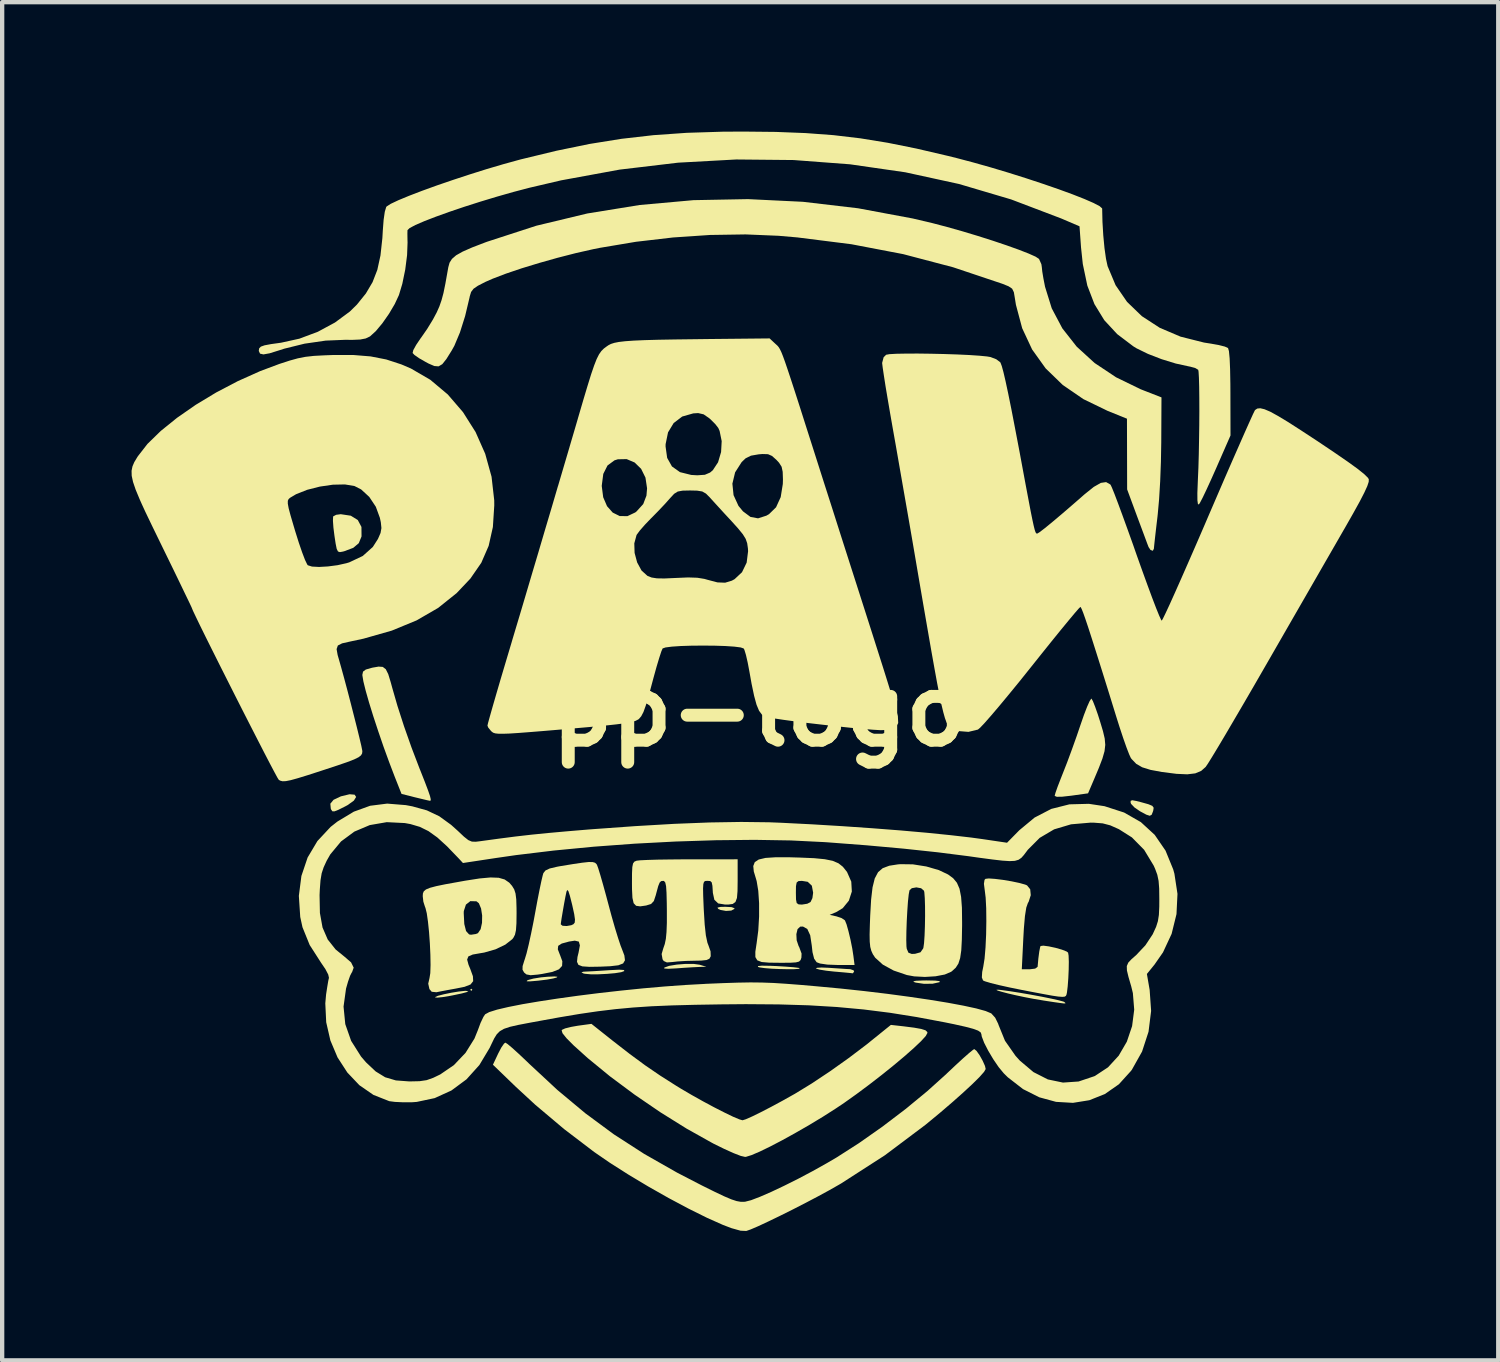
<source format=kicad_pcb>
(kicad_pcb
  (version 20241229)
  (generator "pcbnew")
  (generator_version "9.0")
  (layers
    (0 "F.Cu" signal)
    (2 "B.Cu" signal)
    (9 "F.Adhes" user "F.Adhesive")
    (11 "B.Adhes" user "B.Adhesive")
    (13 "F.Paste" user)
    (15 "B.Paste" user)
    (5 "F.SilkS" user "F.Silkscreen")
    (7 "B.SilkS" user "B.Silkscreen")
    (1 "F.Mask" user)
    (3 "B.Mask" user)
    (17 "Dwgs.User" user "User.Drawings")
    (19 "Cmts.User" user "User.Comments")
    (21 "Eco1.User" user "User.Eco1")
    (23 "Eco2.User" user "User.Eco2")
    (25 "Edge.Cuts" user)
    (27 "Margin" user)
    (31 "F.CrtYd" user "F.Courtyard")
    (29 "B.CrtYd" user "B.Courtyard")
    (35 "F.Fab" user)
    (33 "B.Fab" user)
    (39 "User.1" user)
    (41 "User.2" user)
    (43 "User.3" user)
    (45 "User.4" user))
  (footprint "pp-logo"
    (layer "F.Cu")
    (at 14.55 13.42)
    (property "Reference" "pp-logo" (at 0 0 0) (layer "F.SilkS") (effects (font (size 1.524 1.524) (thickness 0.3))))
    (attr board_only exclude_from_pos_files exclude_from_bom)
    (fp_poly (pts (xy -6.65 6.475) (xy -6.675 6.5) (xy -6.7 6.475) (xy -6.675 6.45)) (stroke (width 0) (type solid)) (fill yes) (layer "F.SilkS"))
    (fp_poly (pts (xy -0.64 4.559) (xy -0.575 4.584) (xy -0.575 4.6) (xy -0.648 4.639) (xy -0.771 4.647) (xy -0.897 4.624) (xy -0.95 4.6) (xy -0.968 4.57) (xy -0.901 4.554) (xy -0.785 4.551)) (stroke (width 0) (type solid)) (fill yes) (layer "F.SilkS"))
    (fp_poly (pts (xy 4.077 6.262) (xy 4.18 6.274) (xy 4.184 6.296) (xy 4.175 6.3) (xy 4.02 6.334) (xy 3.821 6.337) (xy 3.631 6.309) (xy 3.6 6.3) (xy 3.57 6.279) (xy 3.635 6.266) (xy 3.798 6.259) (xy 3.875 6.258)) (stroke (width 0) (type solid)) (fill yes) (layer "F.SilkS"))
    (fp_poly (pts (xy -4.679 6.173) (xy -4.693 6.19) (xy -4.777 6.213) (xy -4.922 6.239) (xy -5.118 6.263) (xy -5.15 6.266) (xy -5.315 6.28) (xy -5.39 6.278) (xy -5.382 6.261) (xy -5.35 6.246) (xy -5.234 6.215) (xy -5.06 6.187) (xy -4.9 6.172) (xy -4.745 6.166)) (stroke (width 0) (type solid)) (fill yes) (layer "F.SilkS"))
    (fp_poly (pts (xy -1.381 5.894) (xy -1.375 5.896) (xy -1.225 5.941) (xy -1.4 5.946) (xy -1.542 5.953) (xy -1.738 5.965) (xy -1.925 5.979) (xy -2.109 5.988) (xy -2.202 5.982) (xy -2.2 5.96) (xy -2.087 5.92) (xy -1.911 5.891) (xy -1.71 5.875) (xy -1.521 5.875)) (stroke (width 0) (type solid)) (fill yes) (layer "F.SilkS"))
    (fp_poly (pts (xy -9.379 1.952) (xy -9.344 2.005) (xy -9.397 2.09) (xy -9.542 2.194) (xy -9.598 2.224) (xy -9.756 2.303) (xy -9.848 2.339) (xy -9.896 2.337) (xy -9.922 2.299) (xy -9.932 2.275) (xy -9.942 2.161) (xy -9.868 2.071) (xy -9.703 1.993) (xy -9.691 1.989) (xy -9.496 1.942)) (stroke (width 0) (type solid)) (fill yes) (layer "F.SilkS"))
    (fp_poly (pts (xy -6.744 6.507) (xy -6.778 6.528) (xy -6.9 6.561) (xy -7.105 6.604) (xy -7.167 6.616) (xy -7.342 6.645) (xy -7.465 6.657) (xy -7.516 6.65) (xy -7.514 6.644) (xy -7.446 6.614) (xy -7.311 6.579) (xy -7.142 6.544) (xy -6.971 6.516) (xy -6.831 6.501) (xy -6.804 6.5)) (stroke (width 0) (type solid)) (fill yes) (layer "F.SilkS"))
    (fp_poly (pts (xy 0.25 5.919) (xy 0.396 5.925) (xy 0.614 5.938) (xy 0.792 5.952) (xy 0.908 5.966) (xy 0.942 5.975) (xy 0.914 5.99) (xy 0.811 5.997) (xy 0.657 5.998) (xy 0.475 5.994) (xy 0.291 5.986) (xy 0.129 5.973) (xy 0.012 5.957) (xy -0.025 5.946) (xy -0.031 5.925) (xy 0.061 5.916)) (stroke (width 0) (type solid)) (fill yes) (layer "F.SilkS"))
    (fp_poly (pts (xy -3.139 6.016) (xy -3.125 6.04) (xy -3.199 6.067) (xy -3.344 6.09) (xy -3.53 6.106) (xy -3.728 6.116) (xy -3.908 6.116) (xy -4.041 6.104) (xy -4.079 6.095) (xy -4.121 6.069) (xy -4.076 6.056) (xy -4 6.052) (xy -3.861 6.045) (xy -3.665 6.033) (xy -3.454 6.019) (xy -3.45 6.019) (xy -3.248 6.009)) (stroke (width 0) (type solid)) (fill yes) (layer "F.SilkS"))
    (fp_poly (pts (xy 8.746 2.099) (xy 8.852 2.126) (xy 9.021 2.173) (xy 9.112 2.211) (xy 9.144 2.255) (xy 9.134 2.32) (xy 9.126 2.346) (xy 9.097 2.418) (xy 9.053 2.441) (xy 8.973 2.415) (xy 8.83 2.338) (xy 8.825 2.335) (xy 8.701 2.25) (xy 8.622 2.167) (xy 8.61 2.14) (xy 8.61 2.095) (xy 8.648 2.081)) (stroke (width 0) (type solid)) (fill yes) (layer "F.SilkS"))
    (fp_poly (pts (xy -9.468 -4.515) (xy -9.306 -4.415) (xy -9.221 -4.255) (xy -9.219 -4.041) (xy -9.221 -4.029) (xy -9.283 -3.878) (xy -9.411 -3.77) (xy -9.621 -3.691) (xy -9.657 -3.682) (xy -9.722 -3.671) (xy -9.765 -3.686) (xy -9.795 -3.747) (xy -9.82 -3.872) (xy -9.847 -4.051) (xy -9.871 -4.243) (xy -9.882 -4.399) (xy -9.878 -4.49) (xy -9.875 -4.5) (xy -9.807 -4.536) (xy -9.7 -4.55)) (stroke (width 0) (type solid)) (fill yes) (layer "F.SilkS"))
    (fp_poly (pts (xy 1.607 5.965) (xy 1.65 5.968) (xy 1.845 5.981) (xy 2.008 5.992) (xy 2.107 5.997) (xy 2.112 5.998) (xy 2.187 6.023) (xy 2.2 6.05) (xy 2.172 6.093) (xy 2.163 6.092) (xy 2.098 6.085) (xy 1.961 6.072) (xy 1.778 6.056) (xy 1.739 6.053) (xy 1.551 6.032) (xy 1.402 6.008) (xy 1.32 5.984) (xy 1.314 5.98) (xy 1.34 5.965) (xy 1.445 5.959)) (stroke (width 0) (type solid)) (fill yes) (layer "F.SilkS"))
    (fp_poly (pts (xy 5.6 6.479) (xy 5.806 6.507) (xy 6.047 6.545) (xy 6.301 6.589) (xy 6.55 6.635) (xy 6.771 6.68) (xy 6.945 6.719) (xy 7.051 6.748) (xy 7.072 6.758) (xy 7.095 6.778) (xy 7.098 6.79) (xy 7.065 6.792) (xy 6.982 6.782) (xy 6.833 6.761) (xy 6.604 6.726) (xy 6.55 6.717) (xy 6.355 6.684) (xy 6.151 6.645) (xy 5.953 6.603) (xy 5.775 6.562) (xy 5.63 6.524) (xy 5.532 6.495) (xy 5.496 6.477) (xy 5.536 6.473)) (stroke (width 0) (type solid)) (fill yes) (layer "F.SilkS"))
    (fp_poly (pts (xy 7.735 -0.217) (xy 7.787 -0.086) (xy 7.852 0.099) (xy 7.904 0.263) (xy 7.969 0.48) (xy 8.009 0.65) (xy 8.022 0.797) (xy 8.005 0.944) (xy 7.956 1.115) (xy 7.873 1.332) (xy 7.761 1.598) (xy 7.623 1.921) (xy 7.237 1.975) (xy 7.024 1.999) (xy 6.899 2.001) (xy 6.851 1.981) (xy 6.85 1.975) (xy 6.868 1.908) (xy 6.916 1.771) (xy 6.987 1.587) (xy 7.042 1.448) (xy 7.137 1.206) (xy 7.247 0.909) (xy 7.359 0.595) (xy 7.447 0.337) (xy 7.527 0.106) (xy 7.6 -0.084) (xy 7.659 -0.216) (xy 7.697 -0.273) (xy 7.703 -0.273)) (stroke (width 0) (type solid)) (fill yes) (layer "F.SilkS"))
    (fp_poly (pts (xy -8.727 -1.01) (xy -8.657 -0.957) (xy -8.6 -0.843) (xy -8.542 -0.653) (xy -8.507 -0.525) (xy -8.387 -0.108) (xy -8.234 0.366) (xy -8.058 0.865) (xy -7.87 1.357) (xy -7.862 1.375) (xy -7.752 1.654) (xy -7.677 1.852) (xy -7.632 1.983) (xy -7.614 2.059) (xy -7.619 2.091) (xy -7.634 2.094) (xy -7.701 2.08) (xy -7.834 2.048) (xy -7.984 2.012) (xy -8.292 1.934) (xy -8.451 1.533) (xy -8.58 1.194) (xy -8.71 0.837) (xy -8.833 0.478) (xy -8.947 0.132) (xy -9.045 -0.185) (xy -9.123 -0.459) (xy -9.176 -0.673) (xy -9.199 -0.812) (xy -9.2 -0.827) (xy -9.184 -0.901) (xy -9.12 -0.949) (xy -8.984 -0.988) (xy -8.963 -0.993) (xy -8.824 -1.017)) (stroke (width 0) (type solid)) (fill yes) (layer "F.SilkS"))
    (fp_poly (pts (xy 5.465 3.904) (xy 5.65 3.927) (xy 5.847 3.96) (xy 6.028 3.998) (xy 6.165 4.036) (xy 6.209 4.055) (xy 6.282 4.145) (xy 6.295 4.282) (xy 6.246 4.434) (xy 6.228 4.464) (xy 6.191 4.57) (xy 6.16 4.766) (xy 6.135 5.055) (xy 6.122 5.287) (xy 6.087 6) (xy 6.269 6) (xy 6.398 5.984) (xy 6.454 5.942) (xy 6.454 5.938) (xy 6.471 5.749) (xy 6.492 5.588) (xy 6.513 5.483) (xy 6.523 5.46) (xy 6.588 5.452) (xy 6.714 5.469) (xy 6.868 5.502) (xy 7.016 5.544) (xy 7.125 5.587) (xy 7.16 5.613) (xy 7.172 5.684) (xy 7.177 5.826) (xy 7.174 6.011) (xy 7.165 6.21) (xy 7.151 6.395) (xy 7.134 6.537) (xy 7.123 6.588) (xy 7.109 6.616) (xy 7.082 6.634) (xy 7.027 6.639) (xy 6.932 6.632) (xy 6.785 6.61) (xy 6.572 6.571) (xy 6.281 6.516) (xy 6.085 6.478) (xy 5.804 6.421) (xy 5.557 6.366) (xy 5.36 6.317) (xy 5.231 6.278) (xy 5.189 6.259) (xy 5.161 6.19) (xy 5.169 6.061) (xy 5.194 5.939) (xy 5.224 5.752) (xy 5.246 5.494) (xy 5.26 5.195) (xy 5.265 4.883) (xy 5.262 4.587) (xy 5.249 4.337) (xy 5.23 4.183) (xy 5.209 4.018) (xy 5.223 3.927) (xy 5.245 3.903) (xy 5.321 3.894)) (stroke (width 0) (type solid)) (fill yes) (layer "F.SilkS"))
    (fp_poly (pts (xy -3.407 7.648) (xy -3.004 7.961) (xy -2.643 8.227) (xy -2.294 8.465) (xy -1.926 8.699) (xy -1.807 8.772) (xy -1.561 8.916) (xy -1.302 9.061) (xy -1.045 9.199) (xy -0.807 9.32) (xy -0.607 9.417) (xy -0.46 9.479) (xy -0.387 9.5) (xy -0.31 9.476) (xy -0.163 9.411) (xy 0.039 9.312) (xy 0.28 9.187) (xy 0.543 9.045) (xy 0.814 8.893) (xy 0.825 8.887) (xy 1.211 8.651) (xy 1.637 8.368) (xy 2.072 8.059) (xy 2.484 7.747) (xy 2.588 7.663) (xy 3.052 7.289) (xy 3.338 7.321) (xy 3.59 7.353) (xy 3.757 7.383) (xy 3.854 7.414) (xy 3.895 7.452) (xy 3.9 7.474) (xy 3.861 7.546) (xy 3.752 7.666) (xy 3.584 7.825) (xy 3.369 8.015) (xy 3.117 8.226) (xy 2.84 8.449) (xy 2.548 8.675) (xy 2.254 8.894) (xy 1.969 9.097) (xy 1.775 9.227) (xy 1.479 9.416) (xy 1.165 9.606) (xy 0.847 9.789) (xy 0.54 9.959) (xy 0.257 10.107) (xy 0.012 10.226) (xy -0.18 10.308) (xy -0.306 10.347) (xy -0.328 10.349) (xy -0.428 10.326) (xy -0.596 10.261) (xy -0.811 10.164) (xy -1.055 10.044) (xy -1.096 10.022) (xy -1.684 9.693) (xy -2.29 9.315) (xy -2.89 8.905) (xy -3.46 8.481) (xy -3.975 8.059) (xy -4.3 7.766) (xy -4.468 7.597) (xy -4.56 7.482) (xy -4.58 7.415) (xy -4.573 7.404) (xy -4.499 7.37) (xy -4.358 7.335) (xy -4.205 7.308) (xy -3.889 7.265)) (stroke (width 0) (type solid)) (fill yes) (layer "F.SilkS"))
    (fp_poly (pts (xy 3.562 3.567) (xy 3.872 3.616) (xy 4.163 3.7) (xy 4.378 3.802) (xy 4.496 3.889) (xy 4.583 3.994) (xy 4.643 4.132) (xy 4.68 4.32) (xy 4.699 4.572) (xy 4.703 4.905) (xy 4.703 4.988) (xy 4.697 5.316) (xy 4.684 5.561) (xy 4.658 5.74) (xy 4.617 5.868) (xy 4.556 5.963) (xy 4.471 6.041) (xy 4.45 6.057) (xy 4.302 6.121) (xy 4.088 6.162) (xy 3.841 6.177) (xy 3.592 6.164) (xy 3.423 6.133) (xy 3.117 6.029) (xy 2.866 5.892) (xy 2.688 5.731) (xy 2.634 5.65) (xy 2.598 5.57) (xy 2.574 5.48) (xy 2.562 5.362) (xy 2.561 5.321) (xy 3.409 5.321) (xy 3.413 5.469) (xy 3.42 5.524) (xy 3.459 5.615) (xy 3.535 5.644) (xy 3.612 5.641) (xy 3.738 5.606) (xy 3.8 5.518) (xy 3.806 5.5) (xy 3.821 5.394) (xy 3.833 5.22) (xy 3.841 5.003) (xy 3.845 4.768) (xy 3.844 4.542) (xy 3.838 4.35) (xy 3.828 4.218) (xy 3.82 4.179) (xy 3.753 4.121) (xy 3.643 4.101) (xy 3.537 4.12) (xy 3.484 4.169) (xy 3.466 4.262) (xy 3.448 4.429) (xy 3.433 4.645) (xy 3.42 4.883) (xy 3.412 5.116) (xy 3.409 5.321) (xy 2.561 5.321) (xy 2.559 5.195) (xy 2.565 4.962) (xy 2.573 4.753) (xy 2.594 4.383) (xy 2.627 4.101) (xy 2.678 3.894) (xy 2.755 3.749) (xy 2.864 3.655) (xy 3.015 3.599) (xy 3.213 3.568) (xy 3.273 3.563)) (stroke (width 0) (type solid)) (fill yes) (layer "F.SilkS"))
    (fp_poly (pts (xy -6.04 3.878) (xy -5.901 3.918) (xy -5.794 3.992) (xy -5.73 4.066) (xy -5.68 4.147) (xy -5.649 4.244) (xy -5.632 4.38) (xy -5.626 4.581) (xy -5.625 4.698) (xy -5.628 4.934) (xy -5.639 5.093) (xy -5.662 5.198) (xy -5.7 5.271) (xy -5.725 5.302) (xy -5.886 5.428) (xy -6.113 5.537) (xy -6.375 5.612) (xy -6.454 5.625) (xy -6.642 5.658) (xy -6.743 5.702) (xy -6.771 5.775) (xy -6.738 5.897) (xy -6.698 5.993) (xy -6.637 6.161) (xy -6.631 6.275) (xy -6.692 6.352) (xy -6.831 6.406) (xy -7.04 6.448) (xy -7.228 6.482) (xy -7.39 6.513) (xy -7.483 6.532) (xy -7.592 6.521) (xy -7.645 6.459) (xy -7.673 6.333) (xy -7.643 6.201) (xy -7.625 6.088) (xy -7.619 5.901) (xy -7.623 5.664) (xy -7.635 5.401) (xy -7.654 5.137) (xy -7.679 4.895) (xy -7.707 4.699) (xy -7.708 4.696) (xy -6.85 4.696) (xy -6.837 4.95) (xy -6.796 5.113) (xy -6.726 5.191) (xy -6.681 5.199) (xy -6.569 5.182) (xy -6.52 5.162) (xy -6.458 5.07) (xy -6.426 4.923) (xy -6.423 4.753) (xy -6.448 4.591) (xy -6.499 4.469) (xy -6.554 4.424) (xy -6.697 4.42) (xy -6.799 4.5) (xy -6.848 4.65) (xy -6.85 4.696) (xy -7.708 4.696) (xy -7.738 4.574) (xy -7.746 4.558) (xy -7.786 4.432) (xy -7.8 4.306) (xy -7.796 4.241) (xy -7.775 4.191) (xy -7.725 4.149) (xy -7.633 4.111) (xy -7.486 4.072) (xy -7.272 4.028) (xy -6.977 3.975) (xy -6.816 3.946) (xy -6.482 3.894) (xy -6.229 3.871)) (stroke (width 0) (type solid)) (fill yes) (layer "F.SilkS"))
    (fp_poly (pts (xy -5.833 7.733) (xy -5.724 7.824) (xy -5.574 7.96) (xy -5.395 8.129) (xy -5.33 8.192) (xy -4.679 8.797) (xy -4.033 9.336) (xy -3.371 9.825) (xy -2.669 10.278) (xy -1.905 10.713) (xy -1.327 11.012) (xy -1.032 11.158) (xy -0.811 11.263) (xy -0.646 11.333) (xy -0.524 11.373) (xy -0.428 11.39) (xy -0.343 11.389) (xy -0.327 11.388) (xy -0.19 11.353) (xy 0.017 11.274) (xy 0.279 11.16) (xy 0.581 11.017) (xy 0.907 10.854) (xy 1.241 10.677) (xy 1.568 10.494) (xy 1.79 10.364) (xy 2.31 10.031) (xy 2.854 9.649) (xy 3.393 9.239) (xy 3.898 8.823) (xy 4.341 8.424) (xy 4.349 8.415) (xy 4.55 8.226) (xy 4.727 8.063) (xy 4.868 7.939) (xy 4.959 7.865) (xy 4.986 7.85) (xy 5.037 7.891) (xy 5.108 7.991) (xy 5.179 8.118) (xy 5.233 8.239) (xy 5.25 8.312) (xy 5.212 8.378) (xy 5.106 8.498) (xy 4.94 8.662) (xy 4.724 8.862) (xy 4.468 9.089) (xy 4.181 9.335) (xy 3.872 9.59) (xy 3.85 9.608) (xy 2.912 10.312) (xy 1.905 10.961) (xy 1.85 10.993) (xy 1.631 11.118) (xy 1.368 11.261) (xy 1.079 11.413) (xy 0.779 11.567) (xy 0.484 11.714) (xy 0.213 11.845) (xy -0.02 11.954) (xy -0.197 12.03) (xy -0.3 12.066) (xy -0.432 12.06) (xy -0.643 12.001) (xy -0.84 11.926) (xy -1.21 11.761) (xy -1.637 11.549) (xy -2.099 11.303) (xy -2.572 11.035) (xy -3.034 10.758) (xy -3.461 10.486) (xy -3.825 10.236) (xy -4.523 9.704) (xy -5.191 9.141) (xy -5.648 8.719) (xy -6.173 8.212) (xy -6.053 7.956) (xy -5.98 7.816) (xy -5.916 7.723) (xy -5.884 7.7)) (stroke (width 0) (type solid)) (fill yes) (layer "F.SilkS"))
    (fp_poly (pts (xy -0.5 3.945) (xy -0.503 4.187) (xy -0.516 4.346) (xy -0.551 4.439) (xy -0.614 4.485) (xy -0.716 4.499) (xy -0.792 4.499) (xy -0.951 4.473) (xy -1.04 4.388) (xy -1.075 4.226) (xy -1.075 4.218) (xy -1.085 4.063) (xy -1.102 3.984) (xy -1.136 3.954) (xy -1.202 3.95) (xy -1.208 3.95) (xy -1.251 3.953) (xy -1.28 3.973) (xy -1.296 4.026) (xy -1.302 4.127) (xy -1.299 4.292) (xy -1.289 4.537) (xy -1.285 4.623) (xy -1.264 4.964) (xy -1.237 5.214) (xy -1.201 5.383) (xy -1.175 5.451) (xy -1.128 5.584) (xy -1.124 5.697) (xy -1.126 5.702) (xy -1.156 5.756) (xy -1.221 5.785) (xy -1.343 5.798) (xy -1.491 5.801) (xy -1.697 5.806) (xy -1.892 5.818) (xy -2.008 5.831) (xy -2.14 5.841) (xy -2.213 5.808) (xy -2.241 5.768) (xy -2.262 5.646) (xy -2.225 5.518) (xy -2.189 5.414) (xy -2.164 5.293) (xy -2.149 5.136) (xy -2.141 4.925) (xy -2.141 4.641) (xy -2.143 4.463) (xy -2.149 4.226) (xy -2.159 4.074) (xy -2.178 3.988) (xy -2.208 3.953) (xy -2.227 3.95) (xy -2.274 3.956) (xy -2.308 3.989) (xy -2.341 4.07) (xy -2.382 4.221) (xy -2.398 4.282) (xy -2.443 4.418) (xy -2.507 4.486) (xy -2.618 4.52) (xy -2.619 4.521) (xy -2.76 4.541) (xy -2.854 4.528) (xy -2.911 4.468) (xy -2.939 4.345) (xy -2.949 4.145) (xy -2.95 4) (xy -2.949 3.776) (xy -2.942 3.631) (xy -2.925 3.547) (xy -2.895 3.505) (xy -2.846 3.484) (xy -2.837 3.482) (xy -2.756 3.473) (xy -2.591 3.465) (xy -2.357 3.458) (xy -2.073 3.454) (xy -1.753 3.451) (xy -1.613 3.451) (xy -0.5 3.45)) (stroke (width 0) (type solid)) (fill yes) (layer "F.SilkS"))
    (fp_poly (pts (xy 0.695 3.403) (xy 0.94 3.41) (xy 1.271 3.424) (xy 1.519 3.448) (xy 1.702 3.485) (xy 1.836 3.542) (xy 1.939 3.623) (xy 2.028 3.734) (xy 2.036 3.745) (xy 2.134 3.968) (xy 2.147 4.197) (xy 2.078 4.409) (xy 1.936 4.583) (xy 1.783 4.675) (xy 1.633 4.738) (xy 1.791 4.773) (xy 1.912 4.814) (xy 1.986 4.865) (xy 1.987 4.866) (xy 2.024 4.957) (xy 2.069 5.117) (xy 2.116 5.314) (xy 2.157 5.519) (xy 2.183 5.688) (xy 2.21 5.9) (xy 1.815 5.9) (xy 1.58 5.891) (xy 1.409 5.866) (xy 1.331 5.836) (xy 1.273 5.754) (xy 1.235 5.603) (xy 1.218 5.448) (xy 1.182 5.211) (xy 1.115 5.066) (xy 1.015 5.009) (xy 0.951 5.011) (xy 0.889 5.068) (xy 0.861 5.185) (xy 0.868 5.327) (xy 0.913 5.461) (xy 0.926 5.483) (xy 0.982 5.635) (xy 0.978 5.73) (xy 0.959 5.786) (xy 0.923 5.821) (xy 0.849 5.84) (xy 0.717 5.848) (xy 0.507 5.849) (xy 0.487 5.849) (xy 0.228 5.846) (xy 0.056 5.831) (xy -0.045 5.792) (xy -0.089 5.717) (xy -0.09 5.595) (xy -0.063 5.413) (xy -0.061 5.402) (xy -0.022 5.102) (xy -0.003 4.78) (xy -0.003 4.464) (xy -0.019 4.225) (xy 0.85 4.225) (xy 0.853 4.382) (xy 0.869 4.464) (xy 0.913 4.495) (xy 0.99 4.5) (xy 1.115 4.48) (xy 1.19 4.44) (xy 1.233 4.35) (xy 1.25 4.225) (xy 1.22 4.062) (xy 1.125 3.972) (xy 0.99 3.95) (xy 0.91 3.955) (xy 0.868 3.988) (xy 0.852 4.073) (xy 0.85 4.225) (xy -0.019 4.225) (xy -0.022 4.18) (xy -0.059 3.956) (xy -0.077 3.894) (xy -0.126 3.731) (xy -0.138 3.606) (xy -0.103 3.516) (xy -0.011 3.455) (xy 0.146 3.418) (xy 0.379 3.403)) (stroke (width 0) (type solid)) (fill yes) (layer "F.SilkS"))
    (fp_poly (pts (xy -3.862 3.514) (xy -3.806 3.53) (xy -3.772 3.561) (xy -3.76 3.582) (xy -3.731 3.661) (xy -3.683 3.817) (xy -3.621 4.033) (xy -3.55 4.291) (xy -3.501 4.475) (xy -3.423 4.765) (xy -3.344 5.041) (xy -3.271 5.278) (xy -3.212 5.455) (xy -3.187 5.518) (xy -3.126 5.679) (xy -3.112 5.791) (xy -3.155 5.864) (xy -3.266 5.907) (xy -3.457 5.929) (xy -3.689 5.939) (xy -3.937 5.943) (xy -4.1 5.932) (xy -4.191 5.897) (xy -4.224 5.827) (xy -4.213 5.715) (xy -4.187 5.608) (xy -4.157 5.445) (xy -4.182 5.358) (xy -4.275 5.336) (xy -4.409 5.357) (xy -4.578 5.403) (xy -4.66 5.456) (xy -4.669 5.537) (xy -4.619 5.666) (xy -4.617 5.67) (xy -4.564 5.814) (xy -4.57 5.922) (xy -4.644 6.001) (xy -4.796 6.061) (xy -5.035 6.108) (xy -5.138 6.123) (xy -5.3 6.137) (xy -5.396 6.119) (xy -5.45 6.075) (xy -5.487 6.01) (xy -5.485 5.926) (xy -5.443 5.79) (xy -5.432 5.759) (xy -5.393 5.629) (xy -5.343 5.424) (xy -5.287 5.166) (xy -5.245 4.959) (xy -4.6 4.959) (xy -4.559 4.991) (xy -4.464 4.997) (xy -4.357 4.978) (xy -4.307 4.955) (xy -4.277 4.918) (xy -4.271 4.846) (xy -4.289 4.72) (xy -4.333 4.519) (xy -4.339 4.494) (xy -4.389 4.296) (xy -4.424 4.188) (xy -4.45 4.161) (xy -4.468 4.2) (xy -4.493 4.318) (xy -4.524 4.483) (xy -4.555 4.662) (xy -4.582 4.822) (xy -4.598 4.933) (xy -4.6 4.959) (xy -5.245 4.959) (xy -5.229 4.878) (xy -5.196 4.7) (xy -5.144 4.418) (xy -5.094 4.164) (xy -5.051 3.958) (xy -5.018 3.819) (xy -5.004 3.771) (xy -4.955 3.709) (xy -4.857 3.663) (xy -4.688 3.623) (xy -4.618 3.61) (xy -4.319 3.561) (xy -4.103 3.529) (xy -3.956 3.513)) (stroke (width 0) (type solid)) (fill yes) (layer "F.SilkS"))
    (fp_poly (pts (xy 1.013 -11.792) (xy 2.29 -11.642) (xy 3.56 -11.405) (xy 4.018 -11.297) (xy 4.356 -11.208) (xy 4.711 -11.108) (xy 5.069 -11) (xy 5.415 -10.89) (xy 5.736 -10.782) (xy 6.018 -10.681) (xy 6.246 -10.592) (xy 6.407 -10.52) (xy 6.486 -10.468) (xy 6.487 -10.466) (xy 6.541 -10.345) (xy 6.551 -10.278) (xy 6.561 -10.179) (xy 6.588 -10.016) (xy 6.625 -9.827) (xy 6.625 -9.825) (xy 6.781 -9.323) (xy 7.027 -8.858) (xy 7.36 -8.434) (xy 7.775 -8.055) (xy 8.27 -7.725) (xy 8.839 -7.448) (xy 8.92 -7.416) (xy 9.325 -7.258) (xy 9.32 -6.216) (xy 9.312 -5.763) (xy 9.295 -5.313) (xy 9.27 -4.897) (xy 9.238 -4.545) (xy 9.232 -4.49) (xy 9.202 -4.236) (xy 9.177 -4.017) (xy 9.159 -3.853) (xy 9.15 -3.762) (xy 9.15 -3.752) (xy 9.125 -3.702) (xy 9.071 -3.721) (xy 9.026 -3.788) (xy 8.996 -3.866) (xy 8.94 -4.017) (xy 8.864 -4.221) (xy 8.776 -4.457) (xy 8.76 -4.5) (xy 8.529 -5.125) (xy 8.527 -5.944) (xy 8.525 -6.764) (xy 8.075 -6.946) (xy 7.516 -7.217) (xy 7.037 -7.545) (xy 6.64 -7.93) (xy 6.326 -8.369) (xy 6.096 -8.861) (xy 5.951 -9.404) (xy 5.926 -9.56) (xy 5.903 -9.696) (xy 5.863 -9.778) (xy 5.779 -9.834) (xy 5.635 -9.892) (xy 4.496 -10.274) (xy 3.336 -10.579) (xy 2.138 -10.808) (xy 0.887 -10.966) (xy 0.45 -11.004) (xy -0.316 -11.036) (xy -1.141 -11.023) (xy -1.998 -10.965) (xy -2.857 -10.865) (xy -3.691 -10.725) (xy -3.846 -10.694) (xy -4.249 -10.603) (xy -4.674 -10.494) (xy -5.1 -10.374) (xy -5.507 -10.25) (xy -5.873 -10.126) (xy -6.177 -10.01) (xy -6.35 -9.934) (xy -6.521 -9.846) (xy -6.623 -9.776) (xy -6.679 -9.702) (xy -6.71 -9.601) (xy -6.715 -9.575) (xy -6.818 -9.142) (xy -6.938 -8.762) (xy -7.068 -8.453) (xy -7.129 -8.344) (xy -7.252 -8.147) (xy -7.347 -8.028) (xy -7.433 -7.977) (xy -7.533 -7.985) (xy -7.666 -8.043) (xy -7.733 -8.079) (xy -7.883 -8.165) (xy -7.993 -8.242) (xy -8.035 -8.287) (xy -8.019 -8.354) (xy -7.953 -8.474) (xy -7.852 -8.624) (xy -7.833 -8.649) (xy -7.696 -8.847) (xy -7.564 -9.063) (xy -7.475 -9.23) (xy -7.414 -9.368) (xy -7.365 -9.509) (xy -7.32 -9.676) (xy -7.276 -9.891) (xy -7.225 -10.177) (xy -7.208 -10.273) (xy -7.179 -10.379) (xy -7.123 -10.468) (xy -7.026 -10.552) (xy -6.875 -10.637) (xy -6.657 -10.733) (xy -6.358 -10.848) (xy -6.306 -10.867) (xy -5.168 -11.237) (xy -3.986 -11.521) (xy -2.769 -11.718) (xy -1.524 -11.83) (xy -0.261 -11.854)) (stroke (width 0) (type solid)) (fill yes) (layer "F.SilkS"))
    (fp_poly (pts (xy -9.009 -8.208) (xy -8.646 -8.137) (xy -8.297 -8.023) (xy -8.075 -7.928) (xy -7.625 -7.666) (xy -7.219 -7.325) (xy -6.867 -6.916) (xy -6.575 -6.454) (xy -6.352 -5.95) (xy -6.205 -5.419) (xy -6.143 -4.872) (xy -6.142 -4.754) (xy -6.174 -4.253) (xy -6.272 -3.816) (xy -6.443 -3.423) (xy -6.696 -3.057) (xy -7.012 -2.723) (xy -7.442 -2.378) (xy -7.943 -2.088) (xy -8.518 -1.851) (xy -9.175 -1.664) (xy -9.488 -1.597) (xy -9.67 -1.556) (xy -9.768 -1.506) (xy -9.797 -1.423) (xy -9.773 -1.286) (xy -9.748 -1.2) (xy -9.691 -0.999) (xy -9.622 -0.748) (xy -9.547 -0.467) (xy -9.47 -0.171) (xy -9.395 0.123) (xy -9.326 0.396) (xy -9.268 0.633) (xy -9.225 0.815) (xy -9.203 0.925) (xy -9.2 0.947) (xy -9.206 0.997) (xy -9.232 1.041) (xy -9.289 1.085) (xy -9.391 1.135) (xy -9.549 1.196) (xy -9.776 1.274) (xy -10.083 1.375) (xy -10.162 1.401) (xy -10.471 1.501) (xy -10.699 1.571) (xy -10.862 1.616) (xy -10.974 1.638) (xy -11.05 1.641) (xy -11.104 1.627) (xy -11.136 1.609) (xy -11.167 1.561) (xy -11.236 1.434) (xy -11.339 1.239) (xy -11.469 0.989) (xy -11.621 0.693) (xy -11.79 0.363) (xy -11.97 0.01) (xy -12.155 -0.355) (xy -12.339 -0.72) (xy -12.518 -1.075) (xy -12.685 -1.409) (xy -12.835 -1.71) (xy -12.962 -1.968) (xy -13.06 -2.171) (xy -13.125 -2.308) (xy -13.15 -2.368) (xy -13.15 -2.37) (xy -13.171 -2.417) (xy -13.231 -2.543) (xy -13.325 -2.737) (xy -13.446 -2.989) (xy -13.591 -3.288) (xy -13.754 -3.622) (xy -13.853 -3.825) (xy -14.063 -4.256) (xy -14.232 -4.608) (xy -14.317 -4.793) (xy -10.928 -4.793) (xy -10.908 -4.685) (xy -10.864 -4.52) (xy -10.794 -4.282) (xy -10.753 -4.144) (xy -10.672 -3.887) (xy -10.595 -3.663) (xy -10.529 -3.49) (xy -10.479 -3.386) (xy -10.464 -3.366) (xy -10.368 -3.336) (xy -10.203 -3.327) (xy -9.996 -3.339) (xy -9.775 -3.368) (xy -9.569 -3.414) (xy -9.503 -3.434) (xy -9.19 -3.582) (xy -8.957 -3.791) (xy -8.838 -3.977) (xy -8.778 -4.115) (xy -8.758 -4.229) (xy -8.772 -4.364) (xy -8.794 -4.466) (xy -8.888 -4.723) (xy -9.04 -4.951) (xy -9.228 -5.124) (xy -9.383 -5.203) (xy -9.605 -5.24) (xy -9.883 -5.234) (xy -10.185 -5.19) (xy -10.48 -5.115) (xy -10.737 -5.013) (xy -10.875 -4.931) (xy -10.909 -4.901) (xy -10.928 -4.86) (xy -10.928 -4.793) (xy -14.317 -4.793) (xy -14.361 -4.892) (xy -14.455 -5.118) (xy -14.516 -5.297) (xy -14.547 -5.44) (xy -14.55 -5.557) (xy -14.529 -5.659) (xy -14.487 -5.757) (xy -14.425 -5.86) (xy -14.405 -5.892) (xy -14.181 -6.18) (xy -13.873 -6.48) (xy -13.495 -6.785) (xy -13.062 -7.086) (xy -12.588 -7.372) (xy -12.086 -7.635) (xy -11.571 -7.866) (xy -11.125 -8.033) (xy -10.888 -8.11) (xy -10.697 -8.163) (xy -10.519 -8.198) (xy -10.322 -8.22) (xy -10.077 -8.233) (xy -9.89 -8.24) (xy -9.415 -8.241)) (stroke (width 0) (type solid)) (fill yes) (layer "F.SilkS"))
    (fp_poly (pts (xy 0.387 -13.412) (xy 1.077 -13.385) (xy 1.722 -13.337) (xy 2.347 -13.263) (xy 2.98 -13.16) (xy 3.645 -13.026) (xy 4.37 -12.857) (xy 4.576 -12.806) (xy 4.962 -12.704) (xy 5.366 -12.59) (xy 5.777 -12.467) (xy 6.183 -12.339) (xy 6.573 -12.21) (xy 6.936 -12.085) (xy 7.261 -11.966) (xy 7.536 -11.858) (xy 7.749 -11.765) (xy 7.891 -11.691) (xy 7.949 -11.639) (xy 7.95 -11.634) (xy 7.957 -11.327) (xy 7.976 -11.012) (xy 8.004 -10.717) (xy 8.039 -10.47) (xy 8.076 -10.3) (xy 8.261 -9.859) (xy 8.527 -9.472) (xy 8.87 -9.141) (xy 9.285 -8.871) (xy 9.767 -8.666) (xy 10.311 -8.529) (xy 10.47 -8.504) (xy 10.65 -8.472) (xy 10.793 -8.436) (xy 10.868 -8.402) (xy 10.868 -8.402) (xy 10.889 -8.33) (xy 10.905 -8.163) (xy 10.916 -7.907) (xy 10.922 -7.566) (xy 10.923 -7.362) (xy 10.925 -6.375) (xy 10.586 -5.601) (xy 10.47 -5.341) (xy 10.365 -5.112) (xy 10.278 -4.93) (xy 10.216 -4.812) (xy 10.192 -4.776) (xy 10.17 -4.785) (xy 10.158 -4.871) (xy 10.157 -5.041) (xy 10.167 -5.301) (xy 10.169 -5.35) (xy 10.181 -5.625) (xy 10.19 -5.936) (xy 10.196 -6.269) (xy 10.201 -6.609) (xy 10.203 -6.938) (xy 10.202 -7.243) (xy 10.199 -7.507) (xy 10.193 -7.715) (xy 10.185 -7.851) (xy 10.177 -7.897) (xy 10.111 -7.937) (xy 9.989 -7.971) (xy 9.961 -7.976) (xy 9.655 -8.043) (xy 9.327 -8.144) (xy 9.012 -8.266) (xy 8.748 -8.395) (xy 8.673 -8.441) (xy 8.298 -8.725) (xy 7.999 -9.048) (xy 7.771 -9.42) (xy 7.606 -9.85) (xy 7.501 -10.35) (xy 7.46 -10.736) (xy 7.425 -11.224) (xy 7 -11.406) (xy 5.84 -11.847) (xy 4.634 -12.204) (xy 3.387 -12.476) (xy 2.106 -12.661) (xy 0.797 -12.76) (xy -0.534 -12.773) (xy -1.88 -12.699) (xy -3.236 -12.538) (xy -4.594 -12.289) (xy -5.325 -12.118) (xy -5.695 -12.021) (xy -6.078 -11.912) (xy -6.462 -11.796) (xy -6.835 -11.677) (xy -7.184 -11.559) (xy -7.498 -11.446) (xy -7.764 -11.343) (xy -7.97 -11.254) (xy -8.104 -11.183) (xy -8.154 -11.134) (xy -8.154 -11.134) (xy -8.156 -11.051) (xy -8.154 -10.911) (xy -8.152 -10.85) (xy -8.163 -10.556) (xy -8.206 -10.22) (xy -8.274 -9.89) (xy -8.352 -9.63) (xy -8.449 -9.422) (xy -8.583 -9.195) (xy -8.736 -8.976) (xy -8.889 -8.793) (xy -9.022 -8.672) (xy -9.028 -8.669) (xy -9.122 -8.624) (xy -9.251 -8.599) (xy -9.438 -8.591) (xy -9.592 -8.593) (xy -10.051 -8.574) (xy -10.54 -8.503) (xy -11.01 -8.387) (xy -11.128 -8.349) (xy -11.349 -8.28) (xy -11.493 -8.254) (xy -11.572 -8.272) (xy -11.6 -8.333) (xy -11.6 -8.346) (xy -11.591 -8.397) (xy -11.552 -8.435) (xy -11.467 -8.465) (xy -11.317 -8.493) (xy -11.086 -8.525) (xy -10.659 -8.619) (xy -10.232 -8.779) (xy -9.834 -8.994) (xy -9.49 -9.248) (xy -9.326 -9.409) (xy -9.119 -9.666) (xy -8.964 -9.928) (xy -8.853 -10.214) (xy -8.78 -10.548) (xy -8.736 -10.95) (xy -8.726 -11.123) (xy -8.707 -11.373) (xy -8.68 -11.56) (xy -8.648 -11.668) (xy -8.638 -11.683) (xy -8.544 -11.744) (xy -8.366 -11.828) (xy -8.12 -11.93) (xy -7.818 -12.046) (xy -7.473 -12.171) (xy -7.099 -12.299) (xy -6.71 -12.427) (xy -6.319 -12.55) (xy -5.939 -12.662) (xy -5.584 -12.76) (xy -5.525 -12.776) (xy -4.702 -12.975) (xy -3.934 -13.133) (xy -3.192 -13.252) (xy -2.449 -13.337) (xy -1.679 -13.391) (xy -0.853 -13.417) (xy -0.375 -13.42)) (stroke (width 0) (type solid)) (fill yes) (layer "F.SilkS"))
    (fp_poly (pts (xy 3.976 -8.27) (xy 4.286 -8.263) (xy 4.59 -8.253) (xy 4.868 -8.24) (xy 5.105 -8.224) (xy 5.28 -8.207) (xy 5.362 -8.193) (xy 5.495 -8.142) (xy 5.585 -8.074) (xy 5.594 -8.061) (xy 5.623 -7.984) (xy 5.662 -7.842) (xy 5.711 -7.631) (xy 5.772 -7.346) (xy 5.846 -6.981) (xy 5.933 -6.53) (xy 6.036 -5.99) (xy 6.099 -5.65) (xy 6.179 -5.219) (xy 6.244 -4.876) (xy 6.294 -4.612) (xy 6.334 -4.415) (xy 6.364 -4.277) (xy 6.387 -4.186) (xy 6.405 -4.133) (xy 6.421 -4.108) (xy 6.437 -4.1) (xy 6.444 -4.1) (xy 6.499 -4.133) (xy 6.622 -4.227) (xy 6.805 -4.377) (xy 7.043 -4.578) (xy 7.329 -4.825) (xy 7.544 -5.013) (xy 7.756 -5.183) (xy 7.919 -5.276) (xy 8.042 -5.294) (xy 8.136 -5.241) (xy 8.146 -5.23) (xy 8.176 -5.167) (xy 8.235 -5.021) (xy 8.317 -4.805) (xy 8.419 -4.529) (xy 8.536 -4.206) (xy 8.665 -3.847) (xy 8.745 -3.617) (xy 8.877 -3.247) (xy 9 -2.908) (xy 9.109 -2.613) (xy 9.201 -2.373) (xy 9.272 -2.198) (xy 9.317 -2.1) (xy 9.331 -2.082) (xy 9.358 -2.128) (xy 9.421 -2.257) (xy 9.516 -2.461) (xy 9.638 -2.732) (xy 9.784 -3.061) (xy 9.95 -3.439) (xy 10.133 -3.858) (xy 10.328 -4.309) (xy 10.411 -4.503) (xy 10.611 -4.967) (xy 10.799 -5.403) (xy 10.973 -5.802) (xy 11.129 -6.157) (xy 11.262 -6.459) (xy 11.369 -6.698) (xy 11.445 -6.866) (xy 11.488 -6.954) (xy 11.495 -6.965) (xy 11.546 -6.999) (xy 11.616 -7.006) (xy 11.713 -6.983) (xy 11.847 -6.926) (xy 12.025 -6.828) (xy 12.259 -6.687) (xy 12.555 -6.497) (xy 12.924 -6.255) (xy 12.941 -6.244) (xy 13.331 -5.982) (xy 13.639 -5.77) (xy 13.87 -5.603) (xy 14.026 -5.478) (xy 14.111 -5.394) (xy 14.131 -5.361) (xy 14.129 -5.301) (xy 14.096 -5.201) (xy 14.028 -5.052) (xy 13.922 -4.846) (xy 13.771 -4.573) (xy 13.573 -4.225) (xy 13.55 -4.186) (xy 13.396 -3.918) (xy 13.2 -3.578) (xy 12.971 -3.18) (xy 12.718 -2.74) (xy 12.449 -2.273) (xy 12.172 -1.792) (xy 11.896 -1.312) (xy 11.707 -0.984) (xy 11.46 -0.556) (xy 11.224 -0.15) (xy 11.005 0.224) (xy 10.809 0.558) (xy 10.64 0.842) (xy 10.504 1.067) (xy 10.406 1.225) (xy 10.352 1.305) (xy 10.349 1.309) (xy 10.245 1.401) (xy 10.108 1.458) (xy 9.923 1.48) (xy 9.674 1.469) (xy 9.344 1.427) (xy 9.341 1.427) (xy 9.071 1.377) (xy 8.878 1.317) (xy 8.74 1.237) (xy 8.634 1.127) (xy 8.615 1.102) (xy 8.577 1.02) (xy 8.515 0.86) (xy 8.438 0.641) (xy 8.351 0.378) (xy 8.274 0.134) (xy 8.095 -0.445) (xy 7.942 -0.935) (xy 7.814 -1.341) (xy 7.709 -1.671) (xy 7.625 -1.931) (xy 7.559 -2.127) (xy 7.51 -2.265) (xy 7.475 -2.352) (xy 7.453 -2.394) (xy 7.445 -2.4) (xy 7.406 -2.362) (xy 7.313 -2.255) (xy 7.172 -2.086) (xy 6.991 -1.866) (xy 6.777 -1.602) (xy 6.538 -1.304) (xy 6.301 -1.007) (xy 6.04 -0.681) (xy 5.794 -0.38) (xy 5.571 -0.111) (xy 5.379 0.115) (xy 5.226 0.289) (xy 5.119 0.402) (xy 5.07 0.443) (xy 4.85 0.496) (xy 4.613 0.477) (xy 4.531 0.452) (xy 4.486 0.435) (xy 4.446 0.415) (xy 4.409 0.385) (xy 4.374 0.34) (xy 4.34 0.273) (xy 4.305 0.176) (xy 4.268 0.044) (xy 4.226 -0.13) (xy 4.179 -0.353) (xy 4.125 -0.632) (xy 4.063 -0.972) (xy 3.99 -1.381) (xy 3.906 -1.864) (xy 3.808 -2.43) (xy 3.696 -3.083) (xy 3.625 -3.5) (xy 3.543 -3.98) (xy 3.451 -4.512) (xy 3.354 -5.066) (xy 3.259 -5.611) (xy 3.171 -6.116) (xy 3.103 -6.499) (xy 3.038 -6.87) (xy 2.979 -7.215) (xy 2.928 -7.519) (xy 2.889 -7.769) (xy 2.862 -7.951) (xy 2.85 -8.051) (xy 2.85 -8.059) (xy 2.884 -8.188) (xy 2.942 -8.246) (xy 3.02 -8.26) (xy 3.181 -8.269) (xy 3.405 -8.273) (xy 3.676 -8.274)) (stroke (width 0) (type solid)) (fill yes) (layer "F.SilkS"))
    (fp_poly (pts (xy 0.366 -8.508) (xy 0.399 -8.478) (xy 0.427 -8.452) (xy 0.453 -8.42) (xy 0.48 -8.375) (xy 0.512 -8.309) (xy 0.55 -8.214) (xy 0.598 -8.082) (xy 0.658 -7.906) (xy 0.734 -7.677) (xy 0.828 -7.389) (xy 0.943 -7.032) (xy 1.081 -6.598) (xy 1.246 -6.082) (xy 1.328 -5.825) (xy 1.501 -5.282) (xy 1.688 -4.699) (xy 1.88 -4.096) (xy 2.072 -3.496) (xy 2.257 -2.919) (xy 2.427 -2.388) (xy 2.576 -1.922) (xy 2.623 -1.775) (xy 2.752 -1.369) (xy 2.873 -0.989) (xy 2.981 -0.644) (xy 3.072 -0.348) (xy 3.144 -0.112) (xy 3.193 0.052) (xy 3.214 0.131) (xy 3.222 0.292) (xy 3.165 0.394) (xy 3.033 0.447) (xy 2.82 0.457) (xy 2.645 0.447) (xy 2.406 0.428) (xy 2.119 0.401) (xy 1.8 0.367) (xy 1.468 0.33) (xy 1.139 0.292) (xy 0.829 0.253) (xy 0.556 0.216) (xy 0.338 0.183) (xy 0.19 0.157) (xy 0.137 0.143) (xy 0.061 0.094) (xy -0.004 0.006) (xy -0.062 -0.133) (xy -0.118 -0.338) (xy -0.177 -0.619) (xy -0.227 -0.899) (xy -0.267 -1.111) (xy -0.308 -1.289) (xy -0.344 -1.407) (xy -0.36 -1.437) (xy -0.429 -1.461) (xy -0.577 -1.48) (xy -0.786 -1.494) (xy -1.034 -1.502) (xy -1.302 -1.504) (xy -1.57 -1.502) (xy -1.818 -1.494) (xy -2.025 -1.48) (xy -2.172 -1.461) (xy -2.239 -1.438) (xy -2.269 -1.369) (xy -2.317 -1.222) (xy -2.379 -1.016) (xy -2.448 -0.767) (xy -2.485 -0.629) (xy -2.565 -0.329) (xy -2.63 -0.113) (xy -2.684 0.037) (xy -2.735 0.134) (xy -2.787 0.195) (xy -2.802 0.207) (xy -2.863 0.239) (xy -2.96 0.268) (xy -3.105 0.295) (xy -3.311 0.322) (xy -3.588 0.352) (xy -3.95 0.385) (xy -4.075 0.396) (xy -4.58 0.44) (xy -4.994 0.475) (xy -5.328 0.502) (xy -5.59 0.522) (xy -5.79 0.535) (xy -5.938 0.54) (xy -6.042 0.539) (xy -6.113 0.532) (xy -6.159 0.519) (xy -6.19 0.5) (xy -6.216 0.477) (xy -6.282 0.396) (xy -6.3 0.351) (xy -6.286 0.289) (xy -6.245 0.141) (xy -6.181 -0.085) (xy -6.096 -0.379) (xy -5.993 -0.731) (xy -5.873 -1.134) (xy -5.741 -1.576) (xy -5.727 -1.625) (xy -5.644 -1.902) (xy -5.537 -2.259) (xy -5.412 -2.68) (xy -5.273 -3.15) (xy -5.123 -3.653) (xy -5.058 -3.874) (xy -2.896 -3.874) (xy -2.889 -3.653) (xy -2.83 -3.432) (xy -2.728 -3.244) (xy -2.592 -3.121) (xy -2.588 -3.119) (xy -2.494 -3.082) (xy -2.372 -3.063) (xy -2.199 -3.06) (xy -1.953 -3.071) (xy -1.931 -3.072) (xy -1.648 -3.084) (xy -1.436 -3.077) (xy -1.27 -3.05) (xy -1.2 -3.03) (xy -0.968 -2.969) (xy -0.79 -2.962) (xy -0.635 -3.009) (xy -0.571 -3.044) (xy -0.399 -3.205) (xy -0.291 -3.428) (xy -0.258 -3.692) (xy -0.262 -3.758) (xy -0.279 -3.877) (xy -0.314 -3.978) (xy -0.38 -4.085) (xy -0.49 -4.22) (xy -0.642 -4.389) (xy -0.81 -4.57) (xy -0.968 -4.743) (xy -1.095 -4.882) (xy -1.145 -4.938) (xy -1.235 -5.028) (xy -1.321 -5.077) (xy -1.439 -5.096) (xy -1.603 -5.1) (xy -1.778 -5.096) (xy -1.889 -5.075) (xy -1.972 -5.023) (xy -2.063 -4.925) (xy -2.07 -4.917) (xy -2.184 -4.789) (xy -2.338 -4.626) (xy -2.499 -4.462) (xy -2.507 -4.455) (xy -2.649 -4.307) (xy -2.767 -4.172) (xy -2.838 -4.076) (xy -2.844 -4.066) (xy -2.896 -3.874) (xy -5.058 -3.874) (xy -4.97 -4.172) (xy -4.815 -4.693) (xy -4.666 -5.2) (xy -4.665 -5.2) (xy -3.65 -5.2) (xy -3.617 -4.943) (xy -3.528 -4.736) (xy -3.396 -4.587) (xy -3.234 -4.507) (xy -3.055 -4.505) (xy -2.873 -4.591) (xy -2.844 -4.614) (xy -2.689 -4.785) (xy -2.614 -4.981) (xy -2.6 -5.15) (xy -2.616 -5.258) (xy -0.622 -5.258) (xy -0.595 -4.992) (xy -0.481 -4.743) (xy -0.376 -4.616) (xy -0.203 -4.487) (xy -0.027 -4.454) (xy 0.166 -4.516) (xy 0.227 -4.551) (xy 0.39 -4.71) (xy 0.498 -4.946) (xy 0.547 -5.251) (xy 0.55 -5.355) (xy 0.544 -5.533) (xy 0.519 -5.65) (xy 0.46 -5.743) (xy 0.398 -5.81) (xy 0.297 -5.9) (xy 0.204 -5.941) (xy 0.078 -5.945) (xy -0.012 -5.938) (xy -0.191 -5.907) (xy -0.316 -5.845) (xy -0.407 -5.758) (xy -0.559 -5.52) (xy -0.622 -5.258) (xy -2.616 -5.258) (xy -2.637 -5.398) (xy -2.738 -5.602) (xy -2.889 -5.749) (xy -3.073 -5.827) (xy -3.277 -5.823) (xy -3.356 -5.798) (xy -3.517 -5.679) (xy -3.615 -5.484) (xy -3.65 -5.213) (xy -3.65 -5.2) (xy -4.665 -5.2) (xy -4.525 -5.675) (xy -4.398 -6.105) (xy -4.394 -6.12) (xy -2.171 -6.12) (xy -2.134 -5.855) (xy -2.023 -5.657) (xy -1.837 -5.525) (xy -1.576 -5.46) (xy -1.435 -5.452) (xy -1.26 -5.464) (xy -1.14 -5.515) (xy -1.076 -5.569) (xy -0.954 -5.754) (xy -0.884 -5.991) (xy -0.87 -6.244) (xy -0.918 -6.479) (xy -0.949 -6.549) (xy -1.018 -6.638) (xy -1.128 -6.748) (xy -1.159 -6.775) (xy -1.289 -6.865) (xy -1.416 -6.894) (xy -1.529 -6.887) (xy -1.785 -6.814) (xy -1.983 -6.663) (xy -2.114 -6.447) (xy -2.17 -6.174) (xy -2.171 -6.12) (xy -4.394 -6.12) (xy -4.29 -6.473) (xy -4.205 -6.763) (xy -4.202 -6.775) (xy -4.078 -7.198) (xy -3.977 -7.535) (xy -3.895 -7.799) (xy -3.826 -8) (xy -3.768 -8.148) (xy -3.714 -8.255) (xy -3.66 -8.332) (xy -3.602 -8.39) (xy -3.535 -8.44) (xy -3.494 -8.468) (xy -3.437 -8.497) (xy -3.359 -8.522) (xy -3.252 -8.543) (xy -3.106 -8.56) (xy -2.911 -8.574) (xy -2.658 -8.585) (xy -2.339 -8.594) (xy -1.944 -8.601) (xy -1.463 -8.607) (xy -1.142 -8.611) (xy 0.241 -8.625)) (stroke (width 0) (type solid)) (fill yes) (layer "F.SilkS"))
    (fp_poly (pts (xy -8.193 2.194) (xy -8.043 2.222) (xy -7.704 2.316) (xy -7.416 2.453) (xy -7.143 2.651) (xy -6.99 2.788) (xy -6.845 2.925) (xy -6.744 3.005) (xy -6.661 3.04) (xy -6.57 3.043) (xy -6.463 3.03) (xy -6.039 2.972) (xy -5.652 2.922) (xy -5.277 2.879) (xy -4.887 2.84) (xy -4.454 2.801) (xy -3.953 2.759) (xy -3.875 2.753) (xy -2.874 2.681) (xy -1.967 2.628) (xy -1.15 2.596) (xy -0.419 2.584) (xy 0.232 2.592) (xy 0.508 2.603) (xy 1.219 2.639) (xy 1.927 2.682) (xy 2.618 2.73) (xy 3.277 2.781) (xy 3.889 2.835) (xy 4.439 2.891) (xy 4.915 2.946) (xy 5.185 2.983) (xy 5.745 3.066) (xy 6.029 2.777) (xy 6.383 2.483) (xy 6.77 2.282) (xy 7.191 2.176) (xy 7.642 2.164) (xy 8.005 2.219) (xy 8.459 2.366) (xy 8.847 2.588) (xy 9.168 2.883) (xy 9.419 3.249) (xy 9.597 3.684) (xy 9.625 3.785) (xy 9.696 4.251) (xy 9.673 4.721) (xy 9.56 5.179) (xy 9.36 5.608) (xy 9.163 5.891) (xy 8.987 6.108) (xy 9.051 6.479) (xy 9.085 6.965) (xy 9.025 7.447) (xy 8.875 7.907) (xy 8.639 8.328) (xy 8.618 8.356) (xy 8.338 8.665) (xy 8.012 8.892) (xy 7.653 9.035) (xy 7.273 9.096) (xy 6.881 9.073) (xy 6.492 8.967) (xy 6.115 8.777) (xy 5.762 8.503) (xy 5.668 8.41) (xy 5.55 8.267) (xy 5.426 8.085) (xy 5.309 7.888) (xy 5.215 7.705) (xy 5.159 7.559) (xy 5.15 7.504) (xy 5.133 7.462) (xy 5.073 7.421) (xy 4.958 7.379) (xy 4.776 7.331) (xy 4.516 7.273) (xy 4.3 7.229) (xy 3.651 7.107) (xy 3.031 7.008) (xy 2.42 6.931) (xy 1.8 6.874) (xy 1.151 6.835) (xy 0.454 6.814) (xy -0.309 6.808) (xy -0.875 6.813) (xy -1.489 6.823) (xy -2.023 6.837) (xy -2.495 6.857) (xy -2.926 6.886) (xy -3.335 6.924) (xy -3.741 6.973) (xy -4.165 7.035) (xy -4.624 7.112) (xy -4.983 7.177) (xy -5.327 7.24) (xy -5.588 7.29) (xy -5.78 7.334) (xy -5.917 7.38) (xy -6.013 7.435) (xy -6.084 7.506) (xy -6.143 7.601) (xy -6.204 7.727) (xy -6.249 7.822) (xy -6.487 8.219) (xy -6.786 8.551) (xy -7.135 8.809) (xy -7.523 8.986) (xy -7.938 9.074) (xy -8.046 9.082) (xy -8.255 9.083) (xy -8.445 9.074) (xy -8.576 9.057) (xy -8.581 9.055) (xy -8.943 8.912) (xy -9.269 8.687) (xy -9.548 8.393) (xy -9.775 8.043) (xy -9.941 7.65) (xy -10.038 7.228) (xy -10.059 6.79) (xy -10.041 6.585) (xy -10.014 6.409) (xy -9.99 6.266) (xy -9.974 6.198) (xy -9.991 6.122) (xy -10.056 5.997) (xy -10.157 5.848) (xy -10.421 5.437) (xy -10.588 5.025) (xy -10.64 4.787) (xy -10.672 4.299) (xy -10.67 4.281) (xy -10.192 4.281) (xy -10.184 4.694) (xy -10.123 5.032) (xy -10.003 5.309) (xy -9.819 5.541) (xy -9.616 5.706) (xy -9.461 5.84) (xy -9.401 5.962) (xy -9.439 6.068) (xy -9.448 6.078) (xy -9.484 6.149) (xy -9.532 6.286) (xy -9.578 6.446) (xy -9.636 6.864) (xy -9.596 7.271) (xy -9.46 7.659) (xy -9.23 8.023) (xy -9.115 8.157) (xy -8.891 8.368) (xy -8.671 8.503) (xy -8.423 8.576) (xy -8.116 8.599) (xy -8.092 8.599) (xy -7.874 8.594) (xy -7.711 8.57) (xy -7.558 8.516) (xy -7.394 8.437) (xy -7.079 8.222) (xy -6.808 7.937) (xy -6.602 7.607) (xy -6.523 7.413) (xy -6.46 7.243) (xy -6.394 7.104) (xy -6.353 7.043) (xy -6.259 6.992) (xy -6.077 6.935) (xy -5.817 6.874) (xy -5.488 6.809) (xy -5.103 6.744) (xy -4.671 6.678) (xy -4.204 6.613) (xy -3.711 6.551) (xy -3.204 6.494) (xy -2.694 6.442) (xy -2.19 6.398) (xy -1.704 6.363) (xy -1.247 6.338) (xy -1.241 6.337) (xy -0.829 6.32) (xy -0.491 6.309) (xy -0.201 6.304) (xy 0.065 6.307) (xy 0.333 6.317) (xy 0.629 6.336) (xy 0.977 6.363) (xy 1.329 6.394) (xy 1.887 6.446) (xy 2.438 6.505) (xy 2.972 6.569) (xy 3.479 6.637) (xy 3.949 6.706) (xy 4.371 6.775) (xy 4.735 6.843) (xy 5.03 6.907) (xy 5.248 6.967) (xy 5.376 7.021) (xy 5.38 7.023) (xy 5.47 7.122) (xy 5.54 7.264) (xy 5.547 7.287) (xy 5.697 7.656) (xy 5.941 8.005) (xy 6.042 8.117) (xy 6.357 8.383) (xy 6.691 8.553) (xy 7.042 8.626) (xy 7.403 8.601) (xy 7.77 8.478) (xy 7.786 8.47) (xy 8.086 8.272) (xy 8.333 8.003) (xy 8.522 7.678) (xy 8.644 7.317) (xy 8.693 6.936) (xy 8.662 6.552) (xy 8.625 6.4) (xy 8.56 6.177) (xy 8.524 6.027) (xy 8.521 5.925) (xy 8.555 5.846) (xy 8.629 5.767) (xy 8.74 5.669) (xy 8.952 5.444) (xy 9.121 5.189) (xy 9.134 5.161) (xy 9.201 5.015) (xy 9.242 4.885) (xy 9.265 4.74) (xy 9.274 4.547) (xy 9.275 4.375) (xy 9.272 4.128) (xy 9.258 3.95) (xy 9.228 3.807) (xy 9.177 3.669) (xy 9.143 3.594) (xy 8.923 3.23) (xy 8.64 2.943) (xy 8.338 2.752) (xy 8.138 2.663) (xy 7.962 2.617) (xy 7.757 2.601) (xy 7.683 2.6) (xy 7.229 2.639) (xy 6.836 2.756) (xy 6.502 2.953) (xy 6.226 3.23) (xy 6.2 3.265) (xy 6.135 3.351) (xy 6.077 3.416) (xy 6.012 3.461) (xy 5.926 3.486) (xy 5.805 3.492) (xy 5.636 3.481) (xy 5.404 3.454) (xy 5.096 3.413) (xy 4.85 3.378) (xy 4.14 3.288) (xy 3.346 3.203) (xy 2.482 3.125) (xy 1.564 3.055) (xy 1.5 3.051) (xy 0.735 3.013) (xy -0.106 2.999) (xy -1.005 3.008) (xy -1.939 3.038) (xy -2.89 3.088) (xy -3.837 3.158) (xy -4.76 3.247) (xy -5.639 3.353) (xy -6.097 3.419) (xy -6.868 3.536) (xy -6.972 3.424) (xy -7.237 3.149) (xy -7.462 2.944) (xy -7.667 2.797) (xy -7.868 2.698) (xy -8.084 2.634) (xy -8.215 2.61) (xy -8.634 2.589) (xy -9.028 2.657) (xy -9.385 2.808) (xy -9.694 3.036) (xy -9.943 3.336) (xy -10.027 3.483) (xy -10.097 3.635) (xy -10.143 3.774) (xy -10.17 3.935) (xy -10.186 4.148) (xy -10.192 4.281) (xy -10.67 4.281) (xy -10.613 3.836) (xy -10.469 3.409) (xy -10.242 3.027) (xy -9.936 2.699) (xy -9.778 2.575) (xy -9.398 2.346) (xy -9.02 2.209) (xy -8.625 2.159)) (stroke (width 0) (type solid)) (fill yes) (layer "F.SilkS")))
  (gr_rect
    (start -3 -3)
    (end 31.682 28.486)
    (stroke (width 0.1) (type default))
    (fill no)
    (layer "Edge.Cuts")))
</source>
